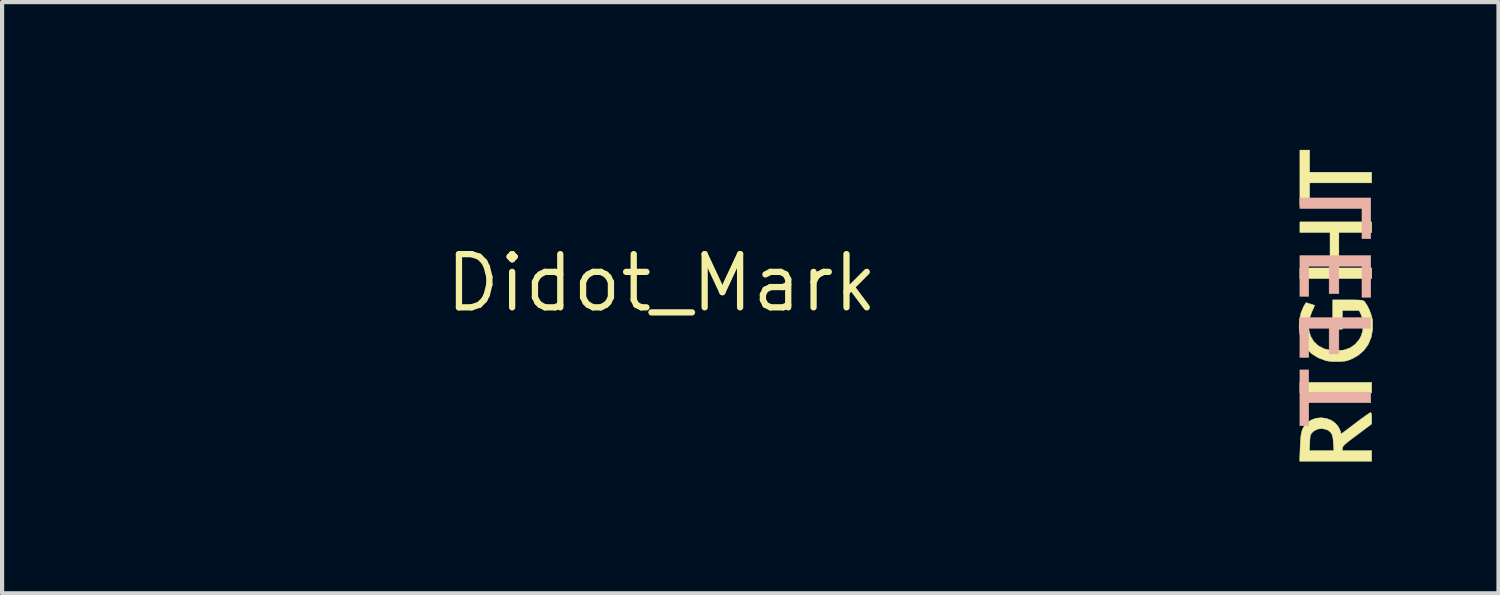
<source format=kicad_pcb>
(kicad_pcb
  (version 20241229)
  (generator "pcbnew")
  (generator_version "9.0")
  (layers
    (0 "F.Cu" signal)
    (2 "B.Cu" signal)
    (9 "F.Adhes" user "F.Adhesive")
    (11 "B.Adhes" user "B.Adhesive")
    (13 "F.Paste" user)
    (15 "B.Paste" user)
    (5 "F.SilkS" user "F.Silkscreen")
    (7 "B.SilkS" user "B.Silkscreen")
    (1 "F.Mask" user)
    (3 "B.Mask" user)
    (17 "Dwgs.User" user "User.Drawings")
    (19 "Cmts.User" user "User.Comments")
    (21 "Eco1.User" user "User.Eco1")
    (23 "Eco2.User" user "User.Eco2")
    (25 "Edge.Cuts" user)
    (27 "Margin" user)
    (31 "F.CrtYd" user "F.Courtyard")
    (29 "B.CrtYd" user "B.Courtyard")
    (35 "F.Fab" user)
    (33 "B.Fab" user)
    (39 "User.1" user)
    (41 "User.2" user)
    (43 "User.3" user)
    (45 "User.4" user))
  (footprint "Didot_Mark"
    (layer "F.Cu")
    (at 12.746 3.708)
    (property "Reference" "Didot_Mark" (at 0 0 0) (layer "F.SilkS") (effects (font (size 1.27 1.27) (thickness 0.15))))
    (attr through_hole)
    (fp_poly (pts (xy -3.377 -2.952) (xy -3.3 -2.948) (xy -3.242 -2.938) (xy -3.187 -2.921) (xy -3.125 -2.894) (xy -3.108 -2.886) (xy -2.95 -2.794) (xy -2.824 -2.68) (xy -2.723 -2.537) (xy -2.693 -2.48) (xy -2.658 -2.406) (xy -2.635 -2.348) (xy -2.622 -2.292) (xy -2.616 -2.226) (xy -2.614 -2.136) (xy -2.614 -2.097) (xy -2.615 -1.993) (xy -2.62 -1.918) (xy -2.63 -1.86) (xy -2.649 -1.805) (xy -2.678 -1.739) (xy -2.68 -1.736) (xy -2.726 -1.651) (xy -2.779 -1.568) (xy -2.821 -1.513) (xy -2.945 -1.402) (xy -3.096 -1.316) (xy -3.263 -1.259) (xy -3.439 -1.231) (xy -3.613 -1.238) (xy -3.704 -1.256) (xy -3.878 -1.324) (xy -4.029 -1.424) (xy -4.156 -1.55) (xy -4.254 -1.698) (xy -4.32 -1.863) (xy -4.351 -2.039) (xy -4.343 -2.22) (xy -4.34 -2.236) (xy -4.287 -2.423) (xy -4.198 -2.59) (xy -4.076 -2.732) (xy -3.923 -2.847) (xy -3.857 -2.883) (xy -3.792 -2.914) (xy -3.738 -2.934) (xy -3.684 -2.946) (xy -3.616 -2.951) (xy -3.523 -2.953) (xy -3.482 -2.953) (xy -3.377 -2.952)) (stroke (width 0.01) (type solid)) (fill yes) (layer "F.Mask"))
    (fp_poly (pts (xy -2.603 -0.667) (xy -2.599 -0.635) (xy -2.595 -0.58) (xy -2.592 -0.499) (xy -2.59 -0.391) (xy -2.588 -0.253) (xy -2.586 -0.085) (xy -2.584 0.117) (xy -2.583 0.353) (xy -2.582 0.626) (xy -2.582 0.938) (xy -2.582 1.275) (xy -2.581 1.565) (xy -2.581 1.845) (xy -2.58 2.115) (xy -2.578 2.369) (xy -2.576 2.604) (xy -2.574 2.818) (xy -2.572 3.006) (xy -2.57 3.166) (xy -2.567 3.293) (xy -2.565 3.386) (xy -2.562 3.439) (xy -2.562 3.44) (xy -2.532 3.649) (xy -2.486 3.822) (xy -2.421 3.959) (xy -2.338 4.062) (xy -2.235 4.132) (xy -2.224 4.137) (xy -2.17 4.166) (xy -2.144 4.195) (xy -2.138 4.239) (xy -2.138 4.247) (xy -2.138 4.318) (xy -4.572 4.318) (xy -4.572 4.244) (xy -4.567 4.194) (xy -4.543 4.161) (xy -4.491 4.13) (xy -4.491 4.129) (xy -4.387 4.058) (xy -4.304 3.96) (xy -4.241 3.831) (xy -4.197 3.669) (xy -4.168 3.471) (xy -4.168 3.462) (xy -4.164 3.395) (xy -4.16 3.29) (xy -4.157 3.149) (xy -4.155 2.976) (xy -4.153 2.776) (xy -4.152 2.551) (xy -4.152 2.305) (xy -4.152 2.042) (xy -4.153 1.81) (xy -4.154 1.53) (xy -4.155 1.289) (xy -4.157 1.085) (xy -4.158 0.913) (xy -4.16 0.77) (xy -4.162 0.654) (xy -4.165 0.562) (xy -4.168 0.489) (xy -4.172 0.433) (xy -4.176 0.391) (xy -4.182 0.359) (xy -4.188 0.334) (xy -4.196 0.313) (xy -4.203 0.296) (xy -4.277 0.185) (xy -4.387 0.081) (xy -4.531 -0.01) (xy -4.562 -0.026) (xy -4.633 -0.062) (xy -4.674 -0.09) (xy -4.693 -0.116) (xy -4.699 -0.151) (xy -4.699 -0.172) (xy -4.697 -0.22) (xy -4.682 -0.246) (xy -4.645 -0.261) (xy -4.598 -0.272) (xy -4.508 -0.291) (xy -4.391 -0.316) (xy -4.251 -0.345) (xy -4.094 -0.377) (xy -3.924 -0.412) (xy -3.747 -0.448) (xy -3.566 -0.485) (xy -3.388 -0.521) (xy -3.217 -0.556) (xy -3.057 -0.588) (xy -2.915 -0.617) (xy -2.793 -0.641) (xy -2.699 -0.66) (xy -2.635 -0.672) (xy -2.608 -0.677) (xy -2.607 -0.677) (xy -2.603 -0.667)) (stroke (width 0.01) (type solid)) (fill yes) (layer "F.Mask"))
    (fp_poly (pts (xy 11.951 -2.221) (xy 11.959 -2.213) (xy 11.966 -2.195) (xy 11.971 -2.162) (xy 11.974 -2.112) (xy 11.977 -2.04) (xy 11.979 -1.943) (xy 11.98 -1.815) (xy 11.98 -1.654) (xy 11.98 -1.455) (xy 11.98 -1.408) (xy 11.98 -0.593) (xy 13.298 -0.593) (xy 13.285 -0.545) (xy 13.274 -0.49) (xy 13.272 -0.46) (xy 13.269 -0.45) (xy 13.259 -0.442) (xy 13.236 -0.435) (xy 13.197 -0.431) (xy 13.137 -0.427) (xy 13.052 -0.425) (xy 12.937 -0.424) (xy 12.788 -0.423) (xy 12.626 -0.423) (xy 11.98 -0.423) (xy 11.98 1.258) (xy 11.981 1.615) (xy 11.981 1.93) (xy 11.983 2.205) (xy 11.985 2.44) (xy 11.987 2.636) (xy 11.99 2.794) (xy 11.994 2.915) (xy 11.998 2.999) (xy 12.003 3.047) (xy 12.004 3.052) (xy 12.058 3.227) (xy 12.139 3.369) (xy 12.247 3.479) (xy 12.383 3.557) (xy 12.547 3.604) (xy 12.739 3.618) (xy 12.787 3.617) (xy 12.956 3.595) (xy 13.102 3.542) (xy 13.234 3.454) (xy 13.306 3.388) (xy 13.361 3.334) (xy 13.396 3.306) (xy 13.422 3.299) (xy 13.449 3.309) (xy 13.468 3.32) (xy 13.502 3.346) (xy 13.516 3.378) (xy 13.51 3.425) (xy 13.482 3.492) (xy 13.431 3.586) (xy 13.431 3.588) (xy 13.308 3.768) (xy 13.151 3.935) (xy 12.966 4.085) (xy 12.76 4.212) (xy 12.541 4.311) (xy 12.414 4.352) (xy 12.302 4.374) (xy 12.16 4.389) (xy 12.001 4.396) (xy 11.836 4.396) (xy 11.678 4.387) (xy 11.538 4.371) (xy 11.483 4.361) (xy 11.246 4.291) (xy 11.038 4.191) (xy 10.859 4.059) (xy 10.709 3.897) (xy 10.588 3.704) (xy 10.495 3.481) (xy 10.451 3.318) (xy 10.443 3.282) (xy 10.436 3.246) (xy 10.43 3.207) (xy 10.425 3.163) (xy 10.42 3.109) (xy 10.416 3.044) (xy 10.413 2.964) (xy 10.41 2.866) (xy 10.408 2.748) (xy 10.406 2.606) (xy 10.404 2.437) (xy 10.403 2.239) (xy 10.402 2.008) (xy 10.4 1.741) (xy 10.399 1.436) (xy 10.398 1.349) (xy 10.39 -0.423) (xy 10.105 -0.423) (xy 9.98 -0.425) (xy 9.893 -0.428) (xy 9.839 -0.435) (xy 9.814 -0.446) (xy 9.812 -0.45) (xy 9.801 -0.489) (xy 9.791 -0.534) (xy 9.778 -0.593) (xy 10.393 -0.593) (xy 10.393 -1.302) (xy 10.393 -1.47) (xy 10.395 -1.624) (xy 10.397 -1.759) (xy 10.4 -1.87) (xy 10.403 -1.952) (xy 10.407 -2) (xy 10.41 -2.011) (xy 10.435 -2.014) (xy 10.496 -2.022) (xy 10.59 -2.035) (xy 10.71 -2.052) (xy 10.854 -2.072) (xy 11.014 -2.095) (xy 11.165 -2.117) (xy 11.339 -2.141) (xy 11.499 -2.164) (xy 11.643 -2.184) (xy 11.764 -2.2) (xy 11.858 -2.213) (xy 11.919 -2.22) (xy 11.942 -2.223) (xy 11.951 -2.221)) (stroke (width 0.01) (type solid)) (fill yes) (layer "F.Mask"))
    (fp_poly (pts (xy 7.479 -0.661) (xy 7.825 -0.612) (xy 8.145 -0.529) (xy 8.438 -0.414) (xy 8.704 -0.267) (xy 8.944 -0.086) (xy 9.156 0.127) (xy 9.311 0.327) (xy 9.463 0.583) (xy 9.583 0.86) (xy 9.671 1.154) (xy 9.728 1.459) (xy 9.753 1.771) (xy 9.746 2.084) (xy 9.707 2.394) (xy 9.637 2.694) (xy 9.536 2.98) (xy 9.403 3.247) (xy 9.271 3.448) (xy 9.076 3.677) (xy 8.858 3.874) (xy 8.613 4.04) (xy 8.34 4.176) (xy 8.038 4.284) (xy 7.806 4.343) (xy 7.683 4.363) (xy 7.529 4.379) (xy 7.354 4.39) (xy 7.17 4.395) (xy 6.987 4.396) (xy 6.816 4.391) (xy 6.669 4.38) (xy 6.593 4.37) (xy 6.266 4.302) (xy 5.968 4.205) (xy 5.698 4.078) (xy 5.451 3.92) (xy 5.225 3.729) (xy 5.125 3.629) (xy 4.941 3.401) (xy 4.788 3.15) (xy 4.666 2.879) (xy 4.576 2.592) (xy 4.516 2.295) (xy 4.487 1.991) (xy 4.488 1.922) (xy 6.359 1.922) (xy 6.36 2.188) (xy 6.364 2.447) (xy 6.371 2.691) (xy 6.381 2.915) (xy 6.392 3.112) (xy 6.395 3.143) (xy 6.423 3.405) (xy 6.462 3.627) (xy 6.515 3.812) (xy 6.581 3.962) (xy 6.661 4.078) (xy 6.757 4.163) (xy 6.869 4.218) (xy 6.894 4.226) (xy 7.023 4.247) (xy 7.167 4.246) (xy 7.309 4.225) (xy 7.431 4.185) (xy 7.441 4.181) (xy 7.536 4.123) (xy 7.612 4.049) (xy 7.675 3.952) (xy 7.726 3.827) (xy 7.77 3.668) (xy 7.787 3.588) (xy 7.805 3.482) (xy 7.824 3.351) (xy 7.84 3.21) (xy 7.852 3.08) (xy 7.858 2.976) (xy 7.862 2.836) (xy 7.866 2.666) (xy 7.87 2.473) (xy 7.872 2.263) (xy 7.873 2.041) (xy 7.873 1.816) (xy 7.873 1.591) (xy 7.871 1.374) (xy 7.869 1.172) (xy 7.865 0.989) (xy 7.861 0.833) (xy 7.856 0.709) (xy 7.852 0.656) (xy 7.828 0.394) (xy 7.795 0.172) (xy 7.754 -0.015) (xy 7.702 -0.167) (xy 7.638 -0.289) (xy 7.56 -0.382) (xy 7.467 -0.45) (xy 7.356 -0.494) (xy 7.228 -0.519) (xy 7.182 -0.523) (xy 7.016 -0.522) (xy 6.874 -0.494) (xy 6.753 -0.436) (xy 6.652 -0.348) (xy 6.569 -0.226) (xy 6.503 -0.069) (xy 6.452 0.125) (xy 6.414 0.357) (xy 6.414 0.36) (xy 6.399 0.506) (xy 6.387 0.689) (xy 6.376 0.901) (xy 6.368 1.137) (xy 6.363 1.39) (xy 6.359 1.653) (xy 6.359 1.922) (xy 4.488 1.922) (xy 4.49 1.686) (xy 4.523 1.383) (xy 4.587 1.086) (xy 4.682 0.801) (xy 4.807 0.532) (xy 4.964 0.283) (xy 5.151 0.058) (xy 5.163 0.045) (xy 5.392 -0.16) (xy 5.647 -0.33) (xy 5.926 -0.467) (xy 6.231 -0.57) (xy 6.56 -0.638) (xy 6.915 -0.673) (xy 7.106 -0.677) (xy 7.479 -0.661)) (stroke (width 0.01) (type solid)) (fill yes) (layer "F.Mask"))
    (fp_poly (pts (xy -10.629 -3.154) (xy -10.367 -3.153) (xy -10.115 -3.151) (xy -9.875 -3.149) (xy -9.654 -3.147) (xy -9.453 -3.145) (xy -9.279 -3.142) (xy -9.135 -3.138) (xy -9.026 -3.135) (xy -8.964 -3.132) (xy -8.474 -3.086) (xy -8.017 -3.014) (xy -7.593 -2.915) (xy -7.202 -2.79) (xy -6.842 -2.638) (xy -6.513 -2.459) (xy -6.216 -2.254) (xy -5.95 -2.021) (xy -5.844 -1.912) (xy -5.626 -1.644) (xy -5.44 -1.349) (xy -5.286 -1.027) (xy -5.165 -0.679) (xy -5.077 -0.306) (xy -5.022 0.093) (xy -4.999 0.517) (xy -5.002 0.783) (xy -5.032 1.205) (xy -5.094 1.6) (xy -5.188 1.967) (xy -5.315 2.307) (xy -5.474 2.621) (xy -5.666 2.907) (xy -5.891 3.167) (xy -6.149 3.4) (xy -6.44 3.607) (xy -6.763 3.787) (xy -7.12 3.941) (xy -7.51 4.069) (xy -7.934 4.171) (xy -7.972 4.178) (xy -8.08 4.199) (xy -8.18 4.217) (xy -8.276 4.233) (xy -8.371 4.247) (xy -8.468 4.259) (xy -8.571 4.27) (xy -8.683 4.278) (xy -8.807 4.286) (xy -8.946 4.292) (xy -9.105 4.296) (xy -9.285 4.3) (xy -9.491 4.304) (xy -9.726 4.306) (xy -9.993 4.308) (xy -10.295 4.31) (xy -10.636 4.312) (xy -10.673 4.312) (xy -12.488 4.321) (xy -12.488 4.235) (xy -12.486 4.18) (xy -12.473 4.155) (xy -12.441 4.149) (xy -12.432 4.149) (xy -12.327 4.128) (xy -12.222 4.07) (xy -12.121 3.979) (xy -12.028 3.859) (xy -11.948 3.715) (xy -11.895 3.584) (xy -11.879 3.539) (xy -11.865 3.496) (xy -11.853 3.452) (xy -11.842 3.405) (xy -11.832 3.353) (xy -11.824 3.294) (xy -11.817 3.225) (xy -11.81 3.143) (xy -11.805 3.047) (xy -11.801 2.933) (xy -11.798 2.801) (xy -11.795 2.646) (xy -11.794 2.467) (xy -11.793 2.262) (xy -11.792 2.028) (xy -11.792 1.762) (xy -11.792 1.463) (xy -11.793 1.128) (xy -11.794 0.754) (xy -11.794 0.497) (xy -11.801 -2.064) (xy -11.858 -2.27) (xy -11.925 -2.473) (xy -12.006 -2.646) (xy -12.1 -2.786) (xy -12.203 -2.889) (xy -12.283 -2.94) (xy -12.351 -2.967) (xy -12.413 -2.983) (xy -12.432 -2.985) (xy -9.97 -2.985) (xy -9.97 4.149) (xy -9.541 4.148) (xy -9.399 4.147) (xy -9.261 4.144) (xy -9.136 4.139) (xy -9.034 4.133) (xy -8.965 4.127) (xy -8.964 4.127) (xy -8.782 4.095) (xy -8.625 4.054) (xy -8.477 3.998) (xy -8.382 3.954) (xy -8.23 3.863) (xy -8.077 3.74) (xy -7.935 3.595) (xy -7.812 3.439) (xy -7.753 3.344) (xy -7.664 3.165) (xy -7.579 2.957) (xy -7.504 2.733) (xy -7.444 2.505) (xy -7.44 2.487) (xy -7.381 2.179) (xy -7.335 1.838) (xy -7.301 1.471) (xy -7.279 1.087) (xy -7.27 0.693) (xy -7.273 0.297) (xy -7.29 -0.095) (xy -7.319 -0.473) (xy -7.361 -0.831) (xy -7.389 -1.016) (xy -7.462 -1.37) (xy -7.556 -1.69) (xy -7.669 -1.973) (xy -7.803 -2.22) (xy -7.956 -2.431) (xy -8.128 -2.604) (xy -8.32 -2.74) (xy -8.409 -2.788) (xy -8.548 -2.849) (xy -8.688 -2.898) (xy -8.835 -2.934) (xy -8.997 -2.959) (xy -9.181 -2.975) (xy -9.395 -2.983) (xy -9.549 -2.985) (xy -9.97 -2.985) (xy -12.432 -2.985) (xy -12.468 -2.989) (xy -12.484 -3.009) (xy -12.488 -3.057) (xy -12.488 -3.069) (xy -12.488 -3.154) (xy -10.895 -3.154) (xy -10.629 -3.154)) (stroke (width 0.01) (type solid)) (fill yes) (layer "F.Mask"))
    (fp_poly (pts (xy 3.688 0.016) (xy 3.689 0.498) (xy 3.69 0.939) (xy 3.691 1.342) (xy 3.692 1.706) (xy 3.693 2.035) (xy 3.695 2.328) (xy 3.696 2.589) (xy 3.698 2.818) (xy 3.7 3.017) (xy 3.701 3.187) (xy 3.704 3.33) (xy 3.706 3.448) (xy 3.709 3.542) (xy 3.711 3.613) (xy 3.714 3.664) (xy 3.718 3.695) (xy 3.72 3.705) (xy 3.753 3.77) (xy 3.8 3.835) (xy 3.812 3.848) (xy 3.844 3.877) (xy 3.88 3.901) (xy 3.928 3.924) (xy 3.996 3.947) (xy 4.093 3.976) (xy 4.17 3.997) (xy 4.211 4.02) (xy 4.228 4.069) (xy 4.229 4.08) (xy 4.229 4.129) (xy 4.208 4.151) (xy 4.187 4.158) (xy 4.146 4.165) (xy 4.069 4.177) (xy 3.962 4.192) (xy 3.83 4.21) (xy 3.68 4.231) (xy 3.516 4.253) (xy 3.343 4.276) (xy 3.168 4.299) (xy 2.996 4.321) (xy 2.832 4.342) (xy 2.682 4.361) (xy 2.551 4.377) (xy 2.444 4.39) (xy 2.368 4.399) (xy 2.327 4.403) (xy 2.324 4.403) (xy 2.234 4.383) (xy 2.187 4.352) (xy 2.127 4.301) (xy 2.121 3.893) (xy 2.114 3.485) (xy 2.053 3.593) (xy 1.926 3.772) (xy 1.765 3.935) (xy 1.571 4.079) (xy 1.351 4.2) (xy 1.108 4.297) (xy 0.846 4.366) (xy 0.82 4.371) (xy 0.692 4.388) (xy 0.537 4.397) (xy 0.368 4.4) (xy 0.201 4.394) (xy 0.049 4.381) (xy -0.021 4.371) (xy -0.311 4.306) (xy -0.572 4.21) (xy -0.812 4.081) (xy -1.033 3.918) (xy -1.218 3.741) (xy -1.399 3.521) (xy -1.55 3.279) (xy -1.67 3.011) (xy -1.76 2.717) (xy -1.821 2.394) (xy -1.854 2.041) (xy -1.856 2) (xy -1.855 1.69) (xy -0.005 1.69) (xy 0.002 2.063) (xy 0.024 2.399) (xy 0.061 2.697) (xy 0.114 2.959) (xy 0.183 3.186) (xy 0.268 3.378) (xy 0.37 3.537) (xy 0.487 3.662) (xy 0.575 3.728) (xy 0.734 3.806) (xy 0.913 3.854) (xy 1.101 3.87) (xy 1.287 3.852) (xy 1.295 3.85) (xy 1.481 3.791) (xy 1.652 3.695) (xy 1.804 3.567) (xy 1.931 3.413) (xy 2.029 3.238) (xy 2.084 3.079) (xy 2.093 3.025) (xy 2.1 2.933) (xy 2.106 2.81) (xy 2.111 2.66) (xy 2.115 2.489) (xy 2.117 2.301) (xy 2.119 2.102) (xy 2.12 1.897) (xy 2.119 1.691) (xy 2.117 1.489) (xy 2.114 1.298) (xy 2.11 1.12) (xy 2.105 0.963) (xy 2.099 0.831) (xy 2.092 0.73) (xy 2.086 0.677) (xy 2.039 0.437) (xy 1.975 0.23) (xy 1.892 0.051) (xy 1.786 -0.108) (xy 1.683 -0.224) (xy 1.523 -0.36) (xy 1.352 -0.456) (xy 1.168 -0.511) (xy 0.972 -0.526) (xy 0.893 -0.522) (xy 0.727 -0.49) (xy 0.58 -0.426) (xy 0.45 -0.329) (xy 0.337 -0.198) (xy 0.242 -0.033) (xy 0.163 0.168) (xy 0.099 0.405) (xy 0.052 0.68) (xy 0.019 0.993) (xy 0.003 1.277) (xy -0.005 1.69) (xy -1.855 1.69) (xy -1.854 1.638) (xy -1.819 1.298) (xy -1.75 0.982) (xy -1.648 0.69) (xy -1.513 0.423) (xy -1.344 0.183) (xy -1.215 0.038) (xy -0.995 -0.158) (xy -0.749 -0.323) (xy -0.476 -0.457) (xy -0.174 -0.562) (xy 0.037 -0.615) (xy 0.18 -0.639) (xy 0.353 -0.657) (xy 0.544 -0.67) (xy 0.742 -0.675) (xy 0.935 -0.674) (xy 1.112 -0.666) (xy 1.261 -0.651) (xy 1.29 -0.647) (xy 1.52 -0.599) (xy 1.719 -0.537) (xy 1.894 -0.458) (xy 2.028 -0.376) (xy 2.118 -0.314) (xy 2.112 -1.464) (xy 2.111 -1.714) (xy 2.11 -1.925) (xy 2.108 -2.101) (xy 2.107 -2.245) (xy 2.105 -2.361) (xy 2.102 -2.452) (xy 2.099 -2.523) (xy 2.094 -2.577) (xy 2.089 -2.616) (xy 2.083 -2.646) (xy 2.075 -2.669) (xy 2.066 -2.689) (xy 2.059 -2.703) (xy 2.006 -2.781) (xy 1.933 -2.849) (xy 1.832 -2.912) (xy 1.729 -2.963) (xy 1.656 -2.997) (xy 1.614 -3.023) (xy 1.594 -3.048) (xy 1.588 -3.081) (xy 1.587 -3.101) (xy 1.59 -3.15) (xy 1.596 -3.174) (xy 1.597 -3.175) (xy 1.619 -3.179) (xy 1.677 -3.191) (xy 1.768 -3.209) (xy 1.885 -3.232) (xy 2.024 -3.26) (xy 2.18 -3.292) (xy 2.349 -3.326) (xy 2.525 -3.361) (xy 2.703 -3.397) (xy 2.88 -3.433) (xy 3.048 -3.467) (xy 3.205 -3.499) (xy 3.345 -3.528) (xy 3.463 -3.552) (xy 3.554 -3.571) (xy 3.614 -3.583) (xy 3.635 -3.588) (xy 3.682 -3.599) (xy 3.688 0.016)) (stroke (width 0.01) (type solid)) (fill yes) (layer "F.Mask"))
    (fp_poly (pts (xy 4.457 -3.063) (xy 4.618 -3.012) (xy 4.767 -2.931) (xy 4.898 -2.822) (xy 5.007 -2.685) (xy 5.087 -2.522) (xy 5.104 -2.472) (xy 5.141 -2.284) (xy 5.138 -2.102) (xy 5.098 -1.929) (xy 5.025 -1.77) (xy 4.92 -1.63) (xy 4.787 -1.512) (xy 4.629 -1.422) (xy 4.449 -1.365) (xy 4.403 -1.356) (xy 4.329 -1.345) (xy 4.271 -1.338) (xy 4.244 -1.336) (xy 4.212 -1.341) (xy 4.154 -1.35) (xy 4.111 -1.357) (xy 4.031 -1.377) (xy 3.937 -1.411) (xy 3.87 -1.441) (xy 3.714 -1.542) (xy 3.587 -1.668) (xy 3.492 -1.814) (xy 3.428 -1.973) (xy 3.397 -2.142) (xy 3.4 -2.314) (xy 3.437 -2.484) (xy 3.51 -2.646) (xy 3.619 -2.795) (xy 3.65 -2.827) (xy 3.794 -2.944) (xy 3.952 -3.025) (xy 4.119 -3.071) (xy 4.289 -3.083) (xy 4.457 -3.063)) (stroke (width 0.01) (type solid)) (fill yes) (layer "B.Mask"))
    (fp_poly (pts (xy 3.435 -0.792) (xy 3.469 -0.785) (xy 3.54 -0.77) (xy 3.644 -0.749) (xy 3.776 -0.721) (xy 3.932 -0.689) (xy 4.108 -0.653) (xy 4.299 -0.614) (xy 4.498 -0.573) (xy 5.493 -0.368) (xy 5.499 -0.293) (xy 5.501 -0.255) (xy 5.492 -0.227) (xy 5.465 -0.203) (xy 5.413 -0.173) (xy 5.362 -0.148) (xy 5.263 -0.09) (xy 5.164 -0.018) (xy 5.109 0.032) (xy 5.045 0.101) (xy 5.006 0.16) (xy 4.982 0.226) (xy 4.975 0.256) (xy 4.97 0.292) (xy 4.966 0.352) (xy 4.962 0.437) (xy 4.959 0.55) (xy 4.957 0.692) (xy 4.956 0.867) (xy 4.955 1.075) (xy 4.956 1.319) (xy 4.956 1.601) (xy 4.958 1.924) (xy 4.958 1.947) (xy 4.959 2.252) (xy 4.961 2.517) (xy 4.962 2.745) (xy 4.964 2.941) (xy 4.967 3.107) (xy 4.97 3.245) (xy 4.974 3.36) (xy 4.979 3.454) (xy 4.985 3.53) (xy 4.993 3.592) (xy 5.002 3.642) (xy 5.013 3.683) (xy 5.025 3.719) (xy 5.04 3.752) (xy 5.057 3.787) (xy 5.065 3.801) (xy 5.108 3.863) (xy 5.17 3.929) (xy 5.238 3.987) (xy 5.301 4.026) (xy 5.323 4.034) (xy 5.36 4.051) (xy 5.375 4.088) (xy 5.376 4.119) (xy 5.376 4.191) (xy 2.942 4.191) (xy 2.942 4.119) (xy 2.948 4.067) (xy 2.972 4.042) (xy 2.995 4.034) (xy 3.061 4.002) (xy 3.133 3.943) (xy 3.2 3.869) (xy 3.243 3.801) (xy 3.26 3.768) (xy 3.276 3.737) (xy 3.29 3.706) (xy 3.302 3.673) (xy 3.312 3.636) (xy 3.321 3.591) (xy 3.329 3.536) (xy 3.335 3.468) (xy 3.34 3.386) (xy 3.345 3.285) (xy 3.348 3.164) (xy 3.351 3.02) (xy 3.353 2.851) (xy 3.355 2.654) (xy 3.356 2.426) (xy 3.357 2.164) (xy 3.358 1.867) (xy 3.36 1.532) (xy 3.36 1.348) (xy 3.367 -0.807) (xy 3.435 -0.792)) (stroke (width 0.01) (type solid)) (fill yes) (layer "B.Mask"))
    (fp_poly (pts (xy -11.107 -2.336) (xy -11.07 -2.33) (xy -10.997 -2.32) (xy -10.892 -2.304) (xy -10.762 -2.286) (xy -10.612 -2.264) (xy -10.448 -2.241) (xy -10.329 -2.224) (xy -9.62 -2.124) (xy -9.615 -1.411) (xy -9.609 -0.699) (xy -9.302 -0.699) (xy -9.183 -0.698) (xy -9.099 -0.697) (xy -9.045 -0.693) (xy -9.014 -0.686) (xy -9 -0.676) (xy -8.996 -0.661) (xy -8.996 -0.658) (xy -8.997 -0.617) (xy -9.006 -0.588) (xy -9.029 -0.569) (xy -9.071 -0.557) (xy -9.139 -0.552) (xy -9.24 -0.55) (xy -9.316 -0.55) (xy -9.61 -0.55) (xy -9.61 1.183) (xy -9.61 1.503) (xy -9.61 1.784) (xy -9.611 2.029) (xy -9.612 2.24) (xy -9.613 2.421) (xy -9.615 2.573) (xy -9.617 2.701) (xy -9.62 2.807) (xy -9.623 2.893) (xy -9.627 2.964) (xy -9.632 3.021) (xy -9.637 3.067) (xy -9.642 3.103) (xy -9.702 3.358) (xy -9.788 3.58) (xy -9.9 3.77) (xy -10.041 3.929) (xy -10.211 4.058) (xy -10.411 4.159) (xy -10.642 4.232) (xy -10.888 4.275) (xy -11.118 4.293) (xy -11.335 4.287) (xy -11.45 4.273) (xy -11.594 4.24) (xy -11.754 4.187) (xy -11.912 4.123) (xy -12.052 4.052) (xy -12.064 4.045) (xy -12.228 3.932) (xy -12.382 3.796) (xy -12.517 3.647) (xy -12.626 3.492) (xy -12.698 3.35) (xy -12.741 3.239) (xy -12.677 3.206) (xy -12.639 3.188) (xy -12.611 3.187) (xy -12.581 3.208) (xy -12.534 3.254) (xy -12.53 3.258) (xy -12.465 3.318) (xy -12.395 3.374) (xy -12.365 3.395) (xy -12.221 3.464) (xy -12.065 3.502) (xy -11.903 3.511) (xy -11.744 3.49) (xy -11.595 3.443) (xy -11.464 3.368) (xy -11.358 3.269) (xy -11.33 3.231) (xy -11.305 3.195) (xy -11.283 3.162) (xy -11.265 3.13) (xy -11.249 3.095) (xy -11.235 3.056) (xy -11.223 3.009) (xy -11.214 2.95) (xy -11.206 2.878) (xy -11.2 2.79) (xy -11.195 2.681) (xy -11.191 2.551) (xy -11.188 2.394) (xy -11.186 2.21) (xy -11.185 1.994) (xy -11.183 1.745) (xy -11.182 1.458) (xy -11.181 1.18) (xy -11.174 -0.55) (xy -11.818 -0.55) (xy -12.004 -0.55) (xy -12.152 -0.551) (xy -12.266 -0.552) (xy -12.351 -0.556) (xy -12.411 -0.562) (xy -12.451 -0.571) (xy -12.474 -0.585) (xy -12.485 -0.603) (xy -12.488 -0.626) (xy -12.488 -0.655) (xy -12.488 -0.658) (xy -12.487 -0.669) (xy -12.479 -0.678) (xy -12.461 -0.685) (xy -12.429 -0.69) (xy -12.377 -0.694) (xy -12.301 -0.696) (xy -12.198 -0.698) (xy -12.062 -0.698) (xy -11.89 -0.698) (xy -11.832 -0.699) (xy -11.176 -0.699) (xy -11.176 -2.347) (xy -11.107 -2.336)) (stroke (width 0.01) (type solid)) (fill yes) (layer "B.Mask"))
    (fp_poly (pts (xy -6.095 -0.792) (xy -6.034 -0.787) (xy -5.686 -0.74) (xy -5.361 -0.66) (xy -5.062 -0.548) (xy -4.79 -0.405) (xy -4.544 -0.231) (xy -4.328 -0.027) (xy -4.141 0.207) (xy -4.119 0.24) (xy -3.966 0.503) (xy -3.848 0.782) (xy -3.765 1.079) (xy -3.715 1.397) (xy -3.698 1.739) (xy -3.698 1.746) (xy -3.715 2.095) (xy -3.767 2.42) (xy -3.853 2.722) (xy -3.974 3.003) (xy -4.132 3.263) (xy -4.325 3.504) (xy -4.367 3.549) (xy -4.588 3.75) (xy -4.837 3.92) (xy -5.111 4.06) (xy -5.408 4.168) (xy -5.725 4.244) (xy -6.059 4.286) (xy -6.407 4.295) (xy -6.702 4.275) (xy -7.044 4.222) (xy -7.359 4.136) (xy -7.649 4.017) (xy -7.915 3.864) (xy -8.157 3.677) (xy -8.239 3.602) (xy -8.445 3.373) (xy -8.617 3.121) (xy -8.753 2.845) (xy -8.854 2.546) (xy -8.92 2.224) (xy -8.951 1.879) (xy -8.953 1.746) (xy -8.951 1.694) (xy -7.088 1.694) (xy -7.084 2.074) (xy -7.078 2.383) (xy -7.07 2.653) (xy -7.059 2.888) (xy -7.045 3.091) (xy -7.028 3.266) (xy -7.006 3.416) (xy -6.981 3.545) (xy -6.95 3.656) (xy -6.915 3.752) (xy -6.876 3.834) (xy -6.804 3.947) (xy -6.723 4.029) (xy -6.625 4.083) (xy -6.504 4.113) (xy -6.353 4.123) (xy -6.297 4.122) (xy -6.192 4.117) (xy -6.117 4.109) (xy -6.06 4.095) (xy -6.008 4.073) (xy -5.991 4.063) (xy -5.917 4.014) (xy -5.852 3.951) (xy -5.795 3.872) (xy -5.745 3.775) (xy -5.703 3.657) (xy -5.667 3.516) (xy -5.637 3.349) (xy -5.614 3.155) (xy -5.596 2.929) (xy -5.582 2.671) (xy -5.574 2.377) (xy -5.569 2.046) (xy -5.568 1.746) (xy -5.569 1.382) (xy -5.575 1.058) (xy -5.584 0.772) (xy -5.598 0.52) (xy -5.618 0.301) (xy -5.642 0.111) (xy -5.673 -0.05) (xy -5.71 -0.187) (xy -5.753 -0.301) (xy -5.804 -0.395) (xy -5.863 -0.471) (xy -5.93 -0.531) (xy -5.991 -0.572) (xy -6.036 -0.595) (xy -6.08 -0.61) (xy -6.132 -0.619) (xy -6.204 -0.623) (xy -6.306 -0.624) (xy -6.33 -0.624) (xy -6.437 -0.624) (xy -6.512 -0.621) (xy -6.565 -0.614) (xy -6.607 -0.6) (xy -6.649 -0.579) (xy -6.68 -0.56) (xy -6.778 -0.478) (xy -6.864 -0.363) (xy -6.933 -0.223) (xy -6.955 -0.159) (xy -6.99 -0.011) (xy -7.021 0.178) (xy -7.045 0.406) (xy -7.064 0.673) (xy -7.078 0.977) (xy -7.086 1.318) (xy -7.088 1.694) (xy -8.951 1.694) (xy -8.942 1.444) (xy -8.907 1.169) (xy -8.845 0.911) (xy -8.756 0.661) (xy -8.698 0.532) (xy -8.645 0.427) (xy -8.587 0.321) (xy -8.531 0.228) (xy -8.501 0.183) (xy -8.423 0.085) (xy -8.321 -0.026) (xy -8.206 -0.139) (xy -8.089 -0.245) (xy -7.98 -0.333) (xy -7.931 -0.367) (xy -7.677 -0.511) (xy -7.394 -0.628) (xy -7.09 -0.715) (xy -6.768 -0.772) (xy -6.435 -0.798) (xy -6.095 -0.792)) (stroke (width 0.01) (type solid)) (fill yes) (layer "B.Mask"))
    (fp_poly (pts (xy 13.293 -3.188) (xy 13.289 -3.14) (xy 13.268 -3.116) (xy 13.22 -3.103) (xy 13.213 -3.102) (xy 13.082 -3.057) (xy 12.962 -2.973) (xy 12.857 -2.853) (xy 12.767 -2.698) (xy 12.693 -2.512) (xy 12.636 -2.296) (xy 12.598 -2.053) (xy 12.594 -2.012) (xy 12.591 -1.954) (xy 12.588 -1.857) (xy 12.585 -1.724) (xy 12.582 -1.56) (xy 12.58 -1.367) (xy 12.578 -1.15) (xy 12.577 -0.912) (xy 12.575 -0.656) (xy 12.574 -0.385) (xy 12.573 -0.104) (xy 12.573 0.184) (xy 12.573 0.475) (xy 12.573 0.767) (xy 12.574 1.055) (xy 12.574 1.337) (xy 12.575 1.607) (xy 12.577 1.864) (xy 12.578 2.103) (xy 12.58 2.321) (xy 12.583 2.515) (xy 12.585 2.681) (xy 12.588 2.814) (xy 12.591 2.913) (xy 12.595 2.973) (xy 12.595 2.974) (xy 12.628 3.223) (xy 12.68 3.436) (xy 12.75 3.617) (xy 12.841 3.77) (xy 12.931 3.874) (xy 13.046 3.969) (xy 13.159 4.026) (xy 13.258 4.043) (xy 13.283 4.056) (xy 13.292 4.1) (xy 13.293 4.117) (xy 13.293 4.191) (xy 11.499 4.189) (xy 11.135 4.188) (xy 10.811 4.187) (xy 10.526 4.185) (xy 10.277 4.183) (xy 10.063 4.181) (xy 9.881 4.177) (xy 9.729 4.174) (xy 9.606 4.17) (xy 9.508 4.165) (xy 9.436 4.159) (xy 9.43 4.159) (xy 8.98 4.1) (xy 8.557 4.017) (xy 8.162 3.91) (xy 7.798 3.779) (xy 7.466 3.626) (xy 7.168 3.45) (xy 7.089 3.396) (xy 6.962 3.297) (xy 6.825 3.178) (xy 6.689 3.048) (xy 6.565 2.918) (xy 6.464 2.799) (xy 6.452 2.783) (xy 6.262 2.498) (xy 6.104 2.187) (xy 5.979 1.849) (xy 5.886 1.486) (xy 5.825 1.095) (xy 5.797 0.677) (xy 5.796 0.62) (xy 8.069 0.62) (xy 8.071 0.73) (xy 8.075 0.907) (xy 8.082 1.087) (xy 8.09 1.262) (xy 8.099 1.422) (xy 8.108 1.557) (xy 8.117 1.65) (xy 8.17 2.04) (xy 8.24 2.392) (xy 8.326 2.707) (xy 8.429 2.985) (xy 8.551 3.227) (xy 8.692 3.436) (xy 8.852 3.612) (xy 9.034 3.755) (xy 9.236 3.868) (xy 9.461 3.95) (xy 9.708 4.004) (xy 9.821 4.019) (xy 9.904 4.025) (xy 10.017 4.031) (xy 10.15 4.036) (xy 10.29 4.039) (xy 10.388 4.04) (xy 10.774 4.043) (xy 10.774 -3.118) (xy 10.303 -3.105) (xy 10.084 -3.097) (xy 9.9 -3.085) (xy 9.744 -3.068) (xy 9.608 -3.045) (xy 9.485 -3.014) (xy 9.367 -2.975) (xy 9.292 -2.945) (xy 9.087 -2.838) (xy 8.902 -2.699) (xy 8.736 -2.527) (xy 8.588 -2.32) (xy 8.46 -2.078) (xy 8.35 -1.802) (xy 8.258 -1.49) (xy 8.184 -1.142) (xy 8.129 -0.758) (xy 8.091 -0.336) (xy 8.072 0.123) (xy 8.069 0.62) (xy 5.796 0.62) (xy 5.794 0.497) (xy 5.809 0.074) (xy 5.854 -0.321) (xy 5.928 -0.688) (xy 6.034 -1.028) (xy 6.17 -1.344) (xy 6.339 -1.638) (xy 6.54 -1.909) (xy 6.74 -2.128) (xy 7.006 -2.363) (xy 7.303 -2.571) (xy 7.633 -2.751) (xy 7.995 -2.905) (xy 8.389 -3.031) (xy 8.815 -3.13) (xy 9.274 -3.203) (xy 9.618 -3.238) (xy 9.687 -3.242) (xy 9.794 -3.245) (xy 9.938 -3.248) (xy 10.113 -3.251) (xy 10.317 -3.254) (xy 10.546 -3.256) (xy 10.797 -3.258) (xy 11.067 -3.259) (xy 11.352 -3.259) (xy 11.592 -3.26) (xy 13.293 -3.26) (xy 13.293 -3.188)) (stroke (width 0.01) (type solid)) (fill yes) (layer "B.Mask"))
    (fp_poly (pts (xy -2.827 -3.699) (xy -2.764 -3.687) (xy -2.668 -3.668) (xy -2.543 -3.643) (xy -2.392 -3.613) (xy -2.221 -3.578) (xy -2.033 -3.54) (xy -1.832 -3.5) (xy -1.81 -3.495) (xy -0.794 -3.288) (xy -0.789 -3.216) (xy -0.788 -3.183) (xy -0.795 -3.157) (xy -0.817 -3.134) (xy -0.86 -3.107) (xy -0.932 -3.071) (xy -0.979 -3.048) (xy -1.099 -2.984) (xy -1.184 -2.923) (xy -1.243 -2.856) (xy -1.28 -2.774) (xy -1.304 -2.667) (xy -1.313 -2.603) (xy -1.317 -2.545) (xy -1.321 -2.45) (xy -1.324 -2.322) (xy -1.327 -2.168) (xy -1.33 -1.992) (xy -1.332 -1.8) (xy -1.333 -1.596) (xy -1.333 -1.422) (xy -1.333 -0.421) (xy -1.238 -0.487) (xy -1.038 -0.601) (xy -0.807 -0.69) (xy -0.549 -0.753) (xy -0.267 -0.79) (xy 0.035 -0.8) (xy 0.302 -0.787) (xy 0.647 -0.745) (xy 0.961 -0.677) (xy 1.246 -0.582) (xy 1.504 -0.46) (xy 1.739 -0.309) (xy 1.942 -0.139) (xy 2.093 0.014) (xy 2.215 0.166) (xy 2.319 0.329) (xy 2.401 0.49) (xy 2.491 0.704) (xy 2.559 0.921) (xy 2.606 1.15) (xy 2.634 1.4) (xy 2.645 1.679) (xy 2.646 1.736) (xy 2.631 2.104) (xy 2.586 2.444) (xy 2.511 2.756) (xy 2.405 3.041) (xy 2.267 3.3) (xy 2.099 3.534) (xy 1.975 3.671) (xy 1.764 3.855) (xy 1.527 4.009) (xy 1.27 4.13) (xy 0.996 4.219) (xy 0.71 4.273) (xy 0.417 4.292) (xy 0.119 4.275) (xy -0.177 4.221) (xy -0.359 4.169) (xy -0.568 4.083) (xy -0.766 3.972) (xy -0.946 3.84) (xy -1.1 3.692) (xy -1.222 3.535) (xy -1.27 3.454) (xy -1.331 3.334) (xy -1.332 3.743) (xy -1.334 3.895) (xy -1.338 4.021) (xy -1.344 4.116) (xy -1.351 4.177) (xy -1.356 4.194) (xy -1.394 4.233) (xy -1.456 4.268) (xy -1.523 4.291) (xy -1.56 4.295) (xy -1.59 4.291) (xy -1.656 4.283) (xy -1.754 4.27) (xy -1.878 4.253) (xy -2.025 4.233) (xy -2.188 4.211) (xy -2.339 4.19) (xy -2.52 4.165) (xy -2.695 4.14) (xy -2.859 4.118) (xy -3.003 4.098) (xy -3.124 4.081) (xy -3.213 4.069) (xy -3.254 4.063) (xy -3.429 4.038) (xy -3.429 3.878) (xy -3.318 3.864) (xy -3.178 3.831) (xy -3.065 3.772) (xy -2.983 3.691) (xy -2.966 3.664) (xy -2.939 3.604) (xy -2.919 3.53) (xy -2.905 3.431) (xy -2.898 3.359) (xy -2.896 3.314) (xy -2.894 3.229) (xy -2.893 3.106) (xy -2.891 2.949) (xy -2.889 2.759) (xy -2.887 2.538) (xy -2.886 2.29) (xy -2.885 2.017) (xy -2.884 1.761) (xy -1.331 1.761) (xy -1.33 2.011) (xy -1.323 2.889) (xy -1.267 3.042) (xy -1.175 3.237) (xy -1.051 3.408) (xy -0.9 3.551) (xy -0.741 3.652) (xy -0.65 3.694) (xy -0.563 3.722) (xy -0.468 3.737) (xy -0.351 3.742) (xy -0.263 3.741) (xy -0.158 3.738) (xy -0.082 3.732) (xy -0.023 3.721) (xy 0.034 3.702) (xy 0.101 3.672) (xy 0.132 3.656) (xy 0.268 3.573) (xy 0.386 3.466) (xy 0.488 3.332) (xy 0.573 3.169) (xy 0.645 2.973) (xy 0.705 2.741) (xy 0.754 2.472) (xy 0.755 2.459) (xy 0.769 2.336) (xy 0.78 2.179) (xy 0.788 1.996) (xy 0.793 1.795) (xy 0.795 1.584) (xy 0.794 1.371) (xy 0.789 1.165) (xy 0.782 0.973) (xy 0.772 0.803) (xy 0.759 0.665) (xy 0.755 0.635) (xy 0.706 0.35) (xy 0.644 0.103) (xy 0.568 -0.105) (xy 0.476 -0.278) (xy 0.37 -0.416) (xy 0.247 -0.52) (xy 0.159 -0.57) (xy 0.045 -0.608) (xy -0.094 -0.63) (xy -0.243 -0.633) (xy -0.388 -0.619) (xy -0.457 -0.603) (xy -0.636 -0.534) (xy -0.799 -0.426) (xy -0.944 -0.284) (xy -1.068 -0.111) (xy -1.122 -0.011) (xy -1.165 0.085) (xy -1.203 0.183) (xy -1.235 0.286) (xy -1.261 0.399) (xy -1.283 0.524) (xy -1.3 0.667) (xy -1.313 0.83) (xy -1.322 1.017) (xy -1.328 1.232) (xy -1.331 1.479) (xy -1.331 1.761) (xy -2.884 1.761) (xy -2.883 1.72) (xy -2.882 1.403) (xy -2.881 1.068) (xy -2.881 0.717) (xy -2.88 0.352) (xy -2.88 -0.023) (xy -2.88 -0.28) (xy -2.879 -0.742) (xy -2.879 -1.163) (xy -2.879 -1.544) (xy -2.878 -1.889) (xy -2.877 -2.197) (xy -2.877 -2.472) (xy -2.875 -2.713) (xy -2.874 -2.924) (xy -2.873 -3.106) (xy -2.871 -3.26) (xy -2.869 -3.388) (xy -2.867 -3.492) (xy -2.865 -3.573) (xy -2.862 -3.633) (xy -2.859 -3.674) (xy -2.856 -3.696) (xy -2.852 -3.703) (xy -2.827 -3.699)) (stroke (width 0.01) (type solid)) (fill yes) (layer "B.Mask"))
    (fp_poly (pts (xy 16.954 2.625) (xy 15.24 2.625) (xy 15.24 2.371) (xy 16.954 2.371) (xy 16.954 2.625)) (stroke (width 0.01) (type solid)) (fill yes) (layer "F.SilkS"))
    (fp_poly (pts (xy 15.473 -2.646) (xy 16.954 -2.646) (xy 16.954 -2.392) (xy 15.473 -2.392) (xy 15.473 -1.841) (xy 15.24 -1.841) (xy 15.24 -3.175) (xy 15.473 -3.175) (xy 15.473 -2.646)) (stroke (width 0.01) (type solid)) (fill yes) (layer "F.SilkS"))
    (fp_poly (pts (xy 16.954 -1.206) (xy 16.171 -1.206) (xy 16.171 -0.36) (xy 16.954 -0.36) (xy 16.954 -0.106) (xy 15.24 -0.106) (xy 15.24 -0.36) (xy 15.96 -0.36) (xy 15.96 -1.206) (xy 15.24 -1.206) (xy 15.24 -1.46) (xy 16.954 -1.46) (xy 16.954 -1.206)) (stroke (width 0.01) (type solid)) (fill yes) (layer "F.SilkS"))
    (fp_poly (pts (xy 16.945 3.109) (xy 16.953 3.167) (xy 16.954 3.228) (xy 16.954 3.365) (xy 16.606 3.625) (xy 16.487 3.714) (xy 16.398 3.783) (xy 16.334 3.835) (xy 16.293 3.874) (xy 16.269 3.903) (xy 16.259 3.928) (xy 16.257 3.942) (xy 16.256 4) (xy 16.954 4) (xy 16.954 4.255) (xy 15.235 4.255) (xy 15.243 4) (xy 15.469 4) (xy 16.05 4) (xy 16.04 3.823) (xy 16.029 3.703) (xy 16.006 3.617) (xy 15.968 3.557) (xy 15.911 3.514) (xy 15.879 3.499) (xy 15.772 3.474) (xy 15.667 3.486) (xy 15.575 3.532) (xy 15.55 3.554) (xy 15.518 3.588) (xy 15.498 3.621) (xy 15.486 3.664) (xy 15.48 3.729) (xy 15.476 3.81) (xy 15.469 4) (xy 15.243 4) (xy 15.246 3.932) (xy 15.253 3.777) (xy 15.263 3.657) (xy 15.279 3.564) (xy 15.302 3.491) (xy 15.334 3.431) (xy 15.377 3.375) (xy 15.399 3.352) (xy 15.501 3.275) (xy 15.62 3.229) (xy 15.748 3.216) (xy 15.875 3.233) (xy 15.995 3.279) (xy 16.096 3.355) (xy 16.153 3.426) (xy 16.187 3.487) (xy 16.209 3.539) (xy 16.214 3.56) (xy 16.219 3.592) (xy 16.225 3.598) (xy 16.245 3.586) (xy 16.293 3.552) (xy 16.364 3.5) (xy 16.452 3.434) (xy 16.553 3.357) (xy 16.57 3.344) (xy 16.674 3.266) (xy 16.767 3.198) (xy 16.844 3.143) (xy 16.899 3.106) (xy 16.927 3.091) (xy 16.929 3.09) (xy 16.945 3.109)) (stroke (width 0.01) (type solid)) (fill yes) (layer "F.SilkS"))
    (fp_poly (pts (xy 16.517 0.402) (xy 16.613 0.404) (xy 16.68 0.407) (xy 16.725 0.412) (xy 16.754 0.421) (xy 16.773 0.434) (xy 16.788 0.45) (xy 16.844 0.531) (xy 16.898 0.638) (xy 16.942 0.755) (xy 16.97 0.864) (xy 16.974 0.898) (xy 16.977 1.105) (xy 16.943 1.293) (xy 16.875 1.46) (xy 16.772 1.604) (xy 16.636 1.723) (xy 16.52 1.791) (xy 16.438 1.829) (xy 16.37 1.853) (xy 16.301 1.867) (xy 16.212 1.874) (xy 16.167 1.876) (xy 16.002 1.875) (xy 15.875 1.857) (xy 15.859 1.853) (xy 15.672 1.782) (xy 15.516 1.683) (xy 15.392 1.556) (xy 15.297 1.401) (xy 15.244 1.242) (xy 15.221 1.067) (xy 15.229 0.887) (xy 15.265 0.714) (xy 15.33 0.559) (xy 15.345 0.535) (xy 15.387 0.467) (xy 15.485 0.497) (xy 15.543 0.515) (xy 15.582 0.529) (xy 15.59 0.534) (xy 15.585 0.555) (xy 15.565 0.603) (xy 15.534 0.669) (xy 15.53 0.677) (xy 15.476 0.824) (xy 15.451 0.979) (xy 15.457 1.131) (xy 15.495 1.267) (xy 15.495 1.267) (xy 15.572 1.396) (xy 15.68 1.497) (xy 15.815 1.568) (xy 15.977 1.608) (xy 16.118 1.617) (xy 16.291 1.599) (xy 16.44 1.547) (xy 16.563 1.461) (xy 16.66 1.344) (xy 16.703 1.262) (xy 16.741 1.135) (xy 16.752 0.996) (xy 16.737 0.86) (xy 16.702 0.755) (xy 16.654 0.656) (xy 16.256 0.656) (xy 16.256 1.101) (xy 16.023 1.101) (xy 16.023 0.402) (xy 16.385 0.402) (xy 16.517 0.402)) (stroke (width 0.01) (type solid)) (fill yes) (layer "F.SilkS"))
    (fp_poly (pts (xy 16.933 -1.058) (xy 16.722 -1.058) (xy 16.722 -1.778) (xy 15.24 -1.778) (xy 15.24 -2.032) (xy 16.933 -2.032) (xy 16.933 -1.058)) (stroke (width 0.01) (type solid)) (fill yes) (layer "B.SilkS"))
    (fp_poly (pts (xy 15.452 2.603) (xy 16.933 2.603) (xy 16.933 2.857) (xy 15.452 2.857) (xy 15.452 3.408) (xy 15.24 3.408) (xy 15.24 2.074) (xy 15.452 2.074) (xy 15.452 2.603)) (stroke (width 0.01) (type solid)) (fill yes) (layer "B.SilkS"))
    (fp_poly (pts (xy 16.933 1.079) (xy 16.171 1.079) (xy 16.171 1.693) (xy 15.938 1.693) (xy 15.938 1.079) (xy 15.452 1.079) (xy 15.452 1.778) (xy 15.24 1.778) (xy 15.24 0.826) (xy 16.933 0.826) (xy 16.933 1.079)) (stroke (width 0.01) (type solid)) (fill yes) (layer "B.SilkS"))
    (fp_poly (pts (xy 16.933 0.339) (xy 16.722 0.339) (xy 16.722 -0.402) (xy 16.171 -0.402) (xy 16.171 0.254) (xy 15.938 0.254) (xy 15.938 -0.402) (xy 15.452 -0.402) (xy 15.452 0.318) (xy 15.24 0.318) (xy 15.24 -0.656) (xy 16.933 -0.656) (xy 16.933 0.339)) (stroke (width 0.01) (type solid)) (fill yes) (layer "B.SilkS")))
  (gr_rect
    (start -3 -3)
    (end 32.728 11.116)
    (stroke (width 0.1) (type default))
    (fill no)
    (layer "Edge.Cuts")))
</source>
